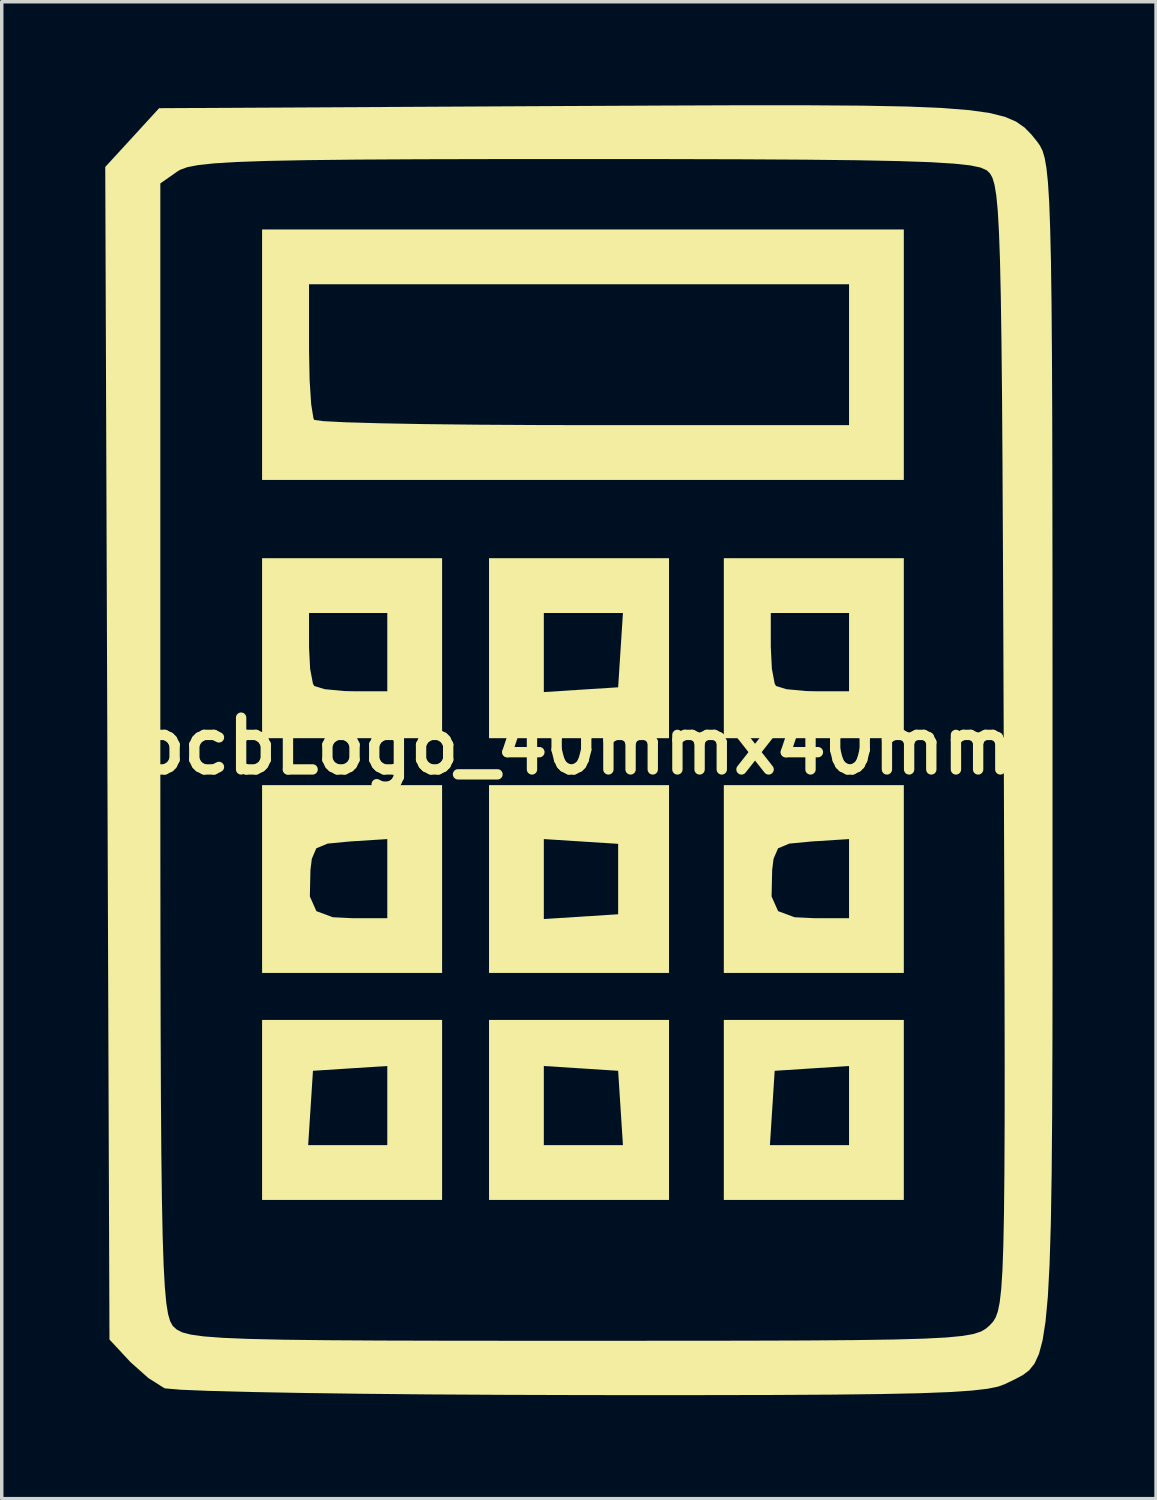
<source format=kicad_pcb>
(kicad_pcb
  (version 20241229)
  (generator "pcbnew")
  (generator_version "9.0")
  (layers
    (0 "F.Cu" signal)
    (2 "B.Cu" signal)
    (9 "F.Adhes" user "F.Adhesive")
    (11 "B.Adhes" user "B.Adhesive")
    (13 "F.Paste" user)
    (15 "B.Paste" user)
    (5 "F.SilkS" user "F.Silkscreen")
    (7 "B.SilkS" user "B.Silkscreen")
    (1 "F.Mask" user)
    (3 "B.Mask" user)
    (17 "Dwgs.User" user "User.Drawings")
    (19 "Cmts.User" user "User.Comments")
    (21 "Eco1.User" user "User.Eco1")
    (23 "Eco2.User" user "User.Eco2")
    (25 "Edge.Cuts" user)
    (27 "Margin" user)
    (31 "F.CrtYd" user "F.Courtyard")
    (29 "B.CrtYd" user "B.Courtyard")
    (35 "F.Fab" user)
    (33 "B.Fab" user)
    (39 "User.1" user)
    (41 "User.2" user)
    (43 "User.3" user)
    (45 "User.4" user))
  (footprint "pcbLogo_40mmx40mm"
    (layer "F.Cu")
    (at 13.616 18.568)
    (property "Reference" "pcbLogo_40mmx40mm" (at 0 0 0) (layer "F.SilkS") (effects (font (size 1.5 1.5) (thickness 0.3))))
    (attr board_only exclude_from_pos_files exclude_from_bom)
    (fp_poly (pts (xy -3.855 10.546) (xy -3.855 13.154) (xy -6.463 13.154) (xy -9.071 13.154) (xy -9.071 11.566) (xy -7.736 11.566) (xy -6.589 11.566) (xy -5.443 11.566) (xy -5.443 10.42) (xy -5.443 9.273) (xy -6.52 9.342) (xy -7.597 9.412) (xy -7.666 10.489) (xy -7.736 11.566) (xy -9.071 11.566) (xy -9.071 10.546) (xy -9.071 7.938) (xy -6.463 7.938) (xy -3.855 7.938)) (stroke (width 0) (type solid)) (fill yes) (layer "F.SilkS"))
    (fp_poly (pts (xy 2.721 -2.835) (xy 2.721 -0.227) (xy 0.113 -0.227) (xy -2.495 -0.227) (xy -2.495 -2.835) (xy -2.495 -3.855) (xy -0.907 -3.855) (xy -0.907 -2.709) (xy -0.907 -1.563) (xy 0.17 -1.632) (xy 1.247 -1.701) (xy 1.316 -2.778) (xy 1.386 -3.855) (xy 0.239 -3.855) (xy -0.907 -3.855) (xy -2.495 -3.855) (xy -2.495 -5.443) (xy 0.113 -5.443) (xy 2.721 -5.443)) (stroke (width 0) (type solid)) (fill yes) (layer "F.SilkS"))
    (fp_poly (pts (xy 2.721 3.855) (xy 2.721 6.577) (xy 0.113 6.577) (xy -2.495 6.577) (xy -2.495 3.855) (xy -2.495 2.697) (xy -0.907 2.697) (xy -0.907 3.855) (xy -0.907 5.014) (xy 0.17 4.945) (xy 1.247 4.876) (xy 1.247 3.855) (xy 1.247 2.835) (xy 0.17 2.766) (xy -0.907 2.697) (xy -2.495 2.697) (xy -2.495 1.134) (xy 0.113 1.134) (xy 2.721 1.134)) (stroke (width 0) (type solid)) (fill yes) (layer "F.SilkS"))
    (fp_poly (pts (xy 2.721 10.546) (xy 2.721 13.154) (xy 0.113 13.154) (xy -2.495 13.154) (xy -2.495 10.546) (xy -2.495 9.273) (xy -0.907 9.273) (xy -0.907 10.42) (xy -0.907 11.566) (xy 0.239 11.566) (xy 1.386 11.566) (xy 1.316 10.489) (xy 1.247 9.412) (xy 0.17 9.342) (xy -0.907 9.273) (xy -2.495 9.273) (xy -2.495 7.938) (xy 0.113 7.938) (xy 2.721 7.938)) (stroke (width 0) (type solid)) (fill yes) (layer "F.SilkS"))
    (fp_poly (pts (xy 9.525 10.546) (xy 9.525 13.154) (xy 6.917 13.154) (xy 4.309 13.154) (xy 4.309 11.566) (xy 5.645 11.566) (xy 6.791 11.566) (xy 7.938 11.566) (xy 7.938 10.42) (xy 7.938 9.273) (xy 6.86 9.342) (xy 5.783 9.412) (xy 5.714 10.489) (xy 5.645 11.566) (xy 4.309 11.566) (xy 4.309 10.546) (xy 4.309 7.938) (xy 6.917 7.938) (xy 9.525 7.938)) (stroke (width 0) (type solid)) (fill yes) (layer "F.SilkS"))
    (fp_poly (pts (xy -3.855 -2.835) (xy -3.855 -0.227) (xy -6.463 -0.227) (xy -9.071 -0.227) (xy -9.071 -2.835) (xy -9.071 -3.855) (xy -7.711 -3.855) (xy -7.711 -2.873) (xy -7.679 -2.236) (xy -7.598 -1.809) (xy -7.56 -1.739) (xy -7.257 -1.646) (xy -6.679 -1.592) (xy -6.426 -1.587) (xy -5.443 -1.587) (xy -5.443 -2.721) (xy -5.443 -3.855) (xy -6.577 -3.855) (xy -7.711 -3.855) (xy -9.071 -3.855) (xy -9.071 -5.443) (xy -6.463 -5.443) (xy -3.855 -5.443)) (stroke (width 0) (type solid)) (fill yes) (layer "F.SilkS"))
    (fp_poly (pts (xy -3.855 3.855) (xy -3.855 6.577) (xy -6.463 6.577) (xy -9.071 6.577) (xy -9.071 4.36) (xy -7.687 4.36) (xy -7.498 4.785) (xy -7.022 4.962) (xy -6.471 4.989) (xy -5.443 4.989) (xy -5.443 3.843) (xy -5.443 2.697) (xy -6.52 2.766) (xy -7.172 2.828) (xy -7.5 2.965) (xy -7.63 3.269) (xy -7.67 3.593) (xy -7.687 4.36) (xy -9.071 4.36) (xy -9.071 3.855) (xy -9.071 1.134) (xy -6.463 1.134) (xy -3.855 1.134)) (stroke (width 0) (type solid)) (fill yes) (layer "F.SilkS"))
    (fp_poly (pts (xy 9.525 -2.835) (xy 9.525 -0.227) (xy 6.917 -0.227) (xy 4.309 -0.227) (xy 4.309 -2.835) (xy 4.309 -3.855) (xy 5.67 -3.855) (xy 5.67 -2.873) (xy 5.702 -2.236) (xy 5.783 -1.809) (xy 5.821 -1.739) (xy 6.123 -1.646) (xy 6.701 -1.592) (xy 6.955 -1.587) (xy 7.938 -1.587) (xy 7.938 -2.721) (xy 7.938 -3.855) (xy 6.804 -3.855) (xy 5.67 -3.855) (xy 4.309 -3.855) (xy 4.309 -5.443) (xy 6.917 -5.443) (xy 9.525 -5.443)) (stroke (width 0) (type solid)) (fill yes) (layer "F.SilkS"))
    (fp_poly (pts (xy 9.525 3.855) (xy 9.525 6.577) (xy 6.917 6.577) (xy 4.309 6.577) (xy 4.309 4.36) (xy 5.693 4.36) (xy 5.882 4.785) (xy 6.358 4.962) (xy 6.91 4.989) (xy 7.938 4.989) (xy 7.938 3.843) (xy 7.938 2.697) (xy 6.86 2.766) (xy 6.208 2.828) (xy 5.881 2.965) (xy 5.75 3.269) (xy 5.71 3.593) (xy 5.693 4.36) (xy 4.309 4.36) (xy 4.309 3.855) (xy 4.309 1.134) (xy 6.917 1.134) (xy 9.525 1.134)) (stroke (width 0) (type solid)) (fill yes) (layer "F.SilkS"))
    (fp_poly (pts (xy 9.525 -11.339) (xy 9.525 -7.711) (xy 0.227 -7.711) (xy -9.071 -7.711) (xy -9.071 -11.339) (xy -9.071 -13.38) (xy -7.711 -13.38) (xy -7.711 -11.49) (xy -7.694 -10.605) (xy -7.648 -9.901) (xy -7.583 -9.497) (xy -7.56 -9.449) (xy -7.305 -9.414) (xy -6.65 -9.381) (xy -5.649 -9.352) (xy -4.355 -9.328) (xy -2.821 -9.311) (xy -1.102 -9.301) (xy 0.265 -9.298) (xy 7.938 -9.298) (xy 7.938 -11.339) (xy 7.938 -13.38) (xy 0.113 -13.38) (xy -7.711 -13.38) (xy -9.071 -13.38) (xy -9.071 -14.968) (xy 0.227 -14.968) (xy 9.525 -14.968)) (stroke (width 0) (type solid)) (fill yes) (layer "F.SilkS"))
    (fp_poly (pts (xy 6.761 -18.567) (xy 8.347 -18.556) (xy 9.628 -18.531) (xy 10.642 -18.488) (xy 11.427 -18.426) (xy 12.02 -18.342) (xy 12.459 -18.231) (xy 12.78 -18.093) (xy 13.022 -17.924) (xy 13.221 -17.721) (xy 13.388 -17.515) (xy 13.471 -17.397) (xy 13.544 -17.252) (xy 13.606 -17.046) (xy 13.658 -16.75) (xy 13.702 -16.331) (xy 13.738 -15.759) (xy 13.766 -15.002) (xy 13.789 -14.03) (xy 13.806 -12.81) (xy 13.818 -11.312) (xy 13.826 -9.505) (xy 13.83 -7.357) (xy 13.833 -4.837) (xy 13.834 -1.913) (xy 13.834 0.094) (xy 13.834 3.342) (xy 13.835 6.168) (xy 13.832 8.602) (xy 13.824 10.673) (xy 13.809 12.414) (xy 13.785 13.854) (xy 13.749 15.024) (xy 13.699 15.955) (xy 13.632 16.677) (xy 13.547 17.221) (xy 13.441 17.618) (xy 13.312 17.898) (xy 13.157 18.091) (xy 12.975 18.229) (xy 12.763 18.342) (xy 12.518 18.46) (xy 12.471 18.484) (xy 12.267 18.561) (xy 11.954 18.626) (xy 11.495 18.679) (xy 10.854 18.722) (xy 9.994 18.755) (xy 8.876 18.779) (xy 7.465 18.796) (xy 5.724 18.806) (xy 3.615 18.81) (xy 1.101 18.81) (xy 0.181 18.809) (xy -2.086 18.802) (xy -4.225 18.79) (xy -6.191 18.771) (xy -7.939 18.747) (xy -9.425 18.719) (xy -10.604 18.688) (xy -11.431 18.654) (xy -11.862 18.617) (xy -11.906 18.607) (xy -12.369 18.314) (xy -12.885 17.854) (xy -12.927 17.809) (xy -13.494 17.199) (xy -13.555 0.21) (xy -13.555 0.052) (xy -12.02 0.052) (xy -12.019 3.186) (xy -12.016 5.899) (xy -12.011 8.22) (xy -12.003 10.182) (xy -11.991 11.814) (xy -11.974 13.15) (xy -11.952 14.219) (xy -11.924 15.053) (xy -11.889 15.683) (xy -11.847 16.141) (xy -11.796 16.458) (xy -11.737 16.664) (xy -11.668 16.792) (xy -11.644 16.821) (xy -11.539 16.914) (xy -11.382 16.993) (xy -11.135 17.057) (xy -10.759 17.109) (xy -10.218 17.15) (xy -9.473 17.181) (xy -8.485 17.204) (xy -7.218 17.219) (xy -5.632 17.229) (xy -3.691 17.234) (xy -1.355 17.236) (xy 0.149 17.236) (xy 2.717 17.235) (xy 4.871 17.233) (xy 6.648 17.227) (xy 8.087 17.216) (xy 9.225 17.199) (xy 10.103 17.174) (xy 10.757 17.14) (xy 11.226 17.095) (xy 11.549 17.038) (xy 11.764 16.967) (xy 11.91 16.88) (xy 12.024 16.778) (xy 12.111 16.682) (xy 12.186 16.562) (xy 12.25 16.385) (xy 12.304 16.12) (xy 12.348 15.734) (xy 12.383 15.197) (xy 12.409 14.476) (xy 12.428 13.539) (xy 12.44 12.356) (xy 12.447 10.894) (xy 12.448 9.122) (xy 12.444 7.007) (xy 12.437 4.519) (xy 12.427 1.624) (xy 12.421 -0.023) (xy 12.409 -3.138) (xy 12.397 -5.831) (xy 12.385 -8.134) (xy 12.372 -10.077) (xy 12.355 -11.693) (xy 12.336 -13.012) (xy 12.312 -14.066) (xy 12.283 -14.887) (xy 12.248 -15.505) (xy 12.205 -15.953) (xy 12.154 -16.262) (xy 12.094 -16.464) (xy 12.025 -16.589) (xy 11.944 -16.669) (xy 11.92 -16.687) (xy 11.753 -16.762) (xy 11.453 -16.825) (xy 10.982 -16.876) (xy 10.306 -16.918) (xy 9.387 -16.95) (xy 8.19 -16.974) (xy 6.68 -16.991) (xy 4.819 -17.002) (xy 2.573 -17.008) (xy 0.234 -17.009) (xy -2.352 -17.008) (xy -4.523 -17.003) (xy -6.315 -16.993) (xy -7.768 -16.977) (xy -8.917 -16.955) (xy -9.802 -16.924) (xy -10.459 -16.884) (xy -10.928 -16.834) (xy -11.244 -16.772) (xy -11.447 -16.697) (xy -11.516 -16.656) (xy -12.02 -16.303) (xy -12.02 0.052) (xy -13.555 0.052) (xy -13.616 -16.78) (xy -12.835 -17.631) (xy -12.055 -18.483) (xy -0.192 -18.546) (xy 2.529 -18.559) (xy 4.835 -18.568)) (stroke (width 0) (type solid)) (fill yes) (layer "F.SilkS")))
  (gr_rect
    (start -3 -3)
    (end 30.45 40.378)
    (stroke (width 0.1) (type default))
    (fill no)
    (layer "Edge.Cuts")))
</source>
